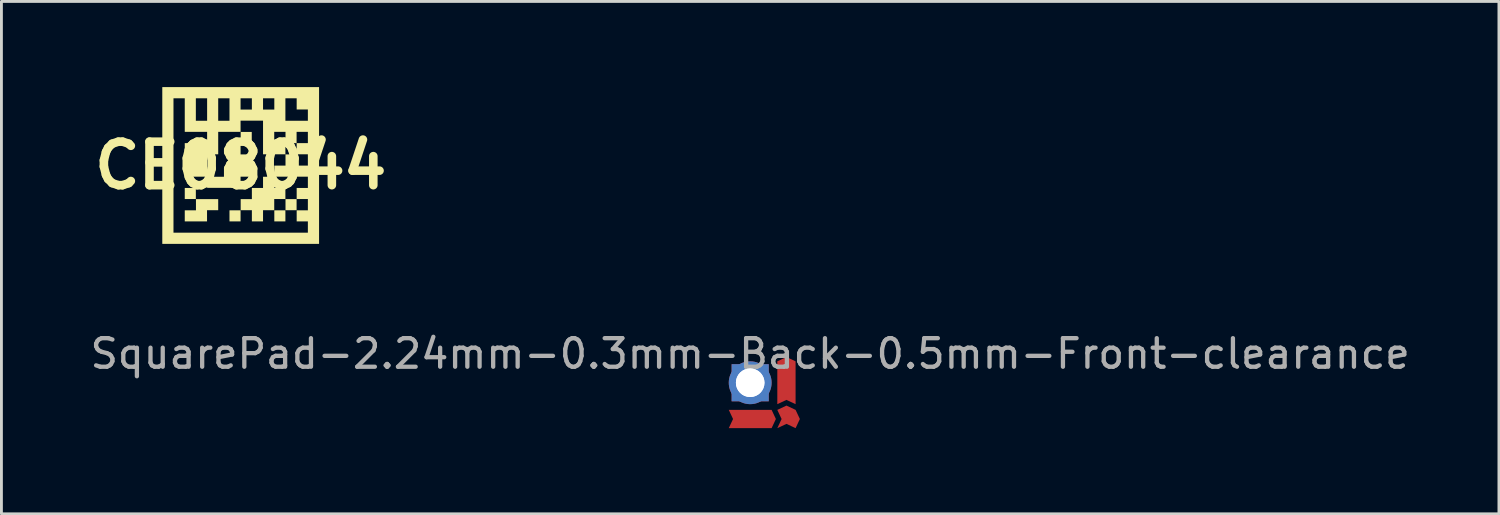
<source format=kicad_pcb>
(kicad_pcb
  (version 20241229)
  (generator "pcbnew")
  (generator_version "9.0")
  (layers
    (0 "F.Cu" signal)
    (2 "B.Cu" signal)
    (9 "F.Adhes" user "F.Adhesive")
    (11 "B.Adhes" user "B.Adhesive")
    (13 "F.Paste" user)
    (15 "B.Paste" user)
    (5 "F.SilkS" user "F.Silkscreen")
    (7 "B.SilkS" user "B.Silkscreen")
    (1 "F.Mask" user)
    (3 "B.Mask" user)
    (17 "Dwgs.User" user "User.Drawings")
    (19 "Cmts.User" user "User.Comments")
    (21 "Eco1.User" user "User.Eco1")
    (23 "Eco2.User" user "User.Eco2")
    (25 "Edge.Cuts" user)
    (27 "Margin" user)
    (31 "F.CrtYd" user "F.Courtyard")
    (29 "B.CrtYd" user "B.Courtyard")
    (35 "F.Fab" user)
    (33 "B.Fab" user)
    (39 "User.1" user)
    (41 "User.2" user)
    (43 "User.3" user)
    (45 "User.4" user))
  (footprint "SquarePad-2.24mm-0.3mm-Back-0.5mm-Front-clearance"
    (layer "F.Cu")
    (at 23.22 10.353)
    (property "Reference" "SquarePad-2.24mm-0.3mm-Back-0.5mm-Front-clearance" (at 0 -1.016 0) (layer "F.Fab") (effects (font (size 1 1) (thickness 0.15))))
    (attr through_hole)
    (pad "1" thru_hole rect (at 0 0) (size 1.3 1.3) (drill 1) (layers "B.Cu" "B.Mask"))
    (pad "2" thru_hole circle (at 0 0) (size 1.5 1.5) (drill 1) (layers "F.Cu" "F.Mask"))
    (pad "3" smd custom (at 1.27 0) (size 0.5 0.5) (layers "F.Cu" "F.Mask" "F.Paste") (options (anchor rect)) (primitives (gr_poly (pts (xy 0 -0.9) (xy 0.32 -0.75) (xy 0.32 0.75) (xy 0 0.6) (xy -0.32 0.75) (xy -0.32 -0.75)) (width 0) (fill yes))))
    (pad "4" smd custom (at 0 1.27 270) (size 0.5 0.5) (layers "F.Cu" "F.Mask" "F.Paste") (options (anchor rect)) (primitives (gr_poly (pts (xy 0 -0.9) (xy 0.32 -0.75) (xy 0.32 0.75) (xy 0 0.6) (xy -0.32 0.75) (xy -0.32 -0.75)) (width 0) (fill yes))))
    (pad "5" smd custom (at 1.27 1.27) (size 0.1 0.1) (layers "F.Cu" "F.Mask" "F.Paste") (options (anchor rect)) (primitives (gr_poly (pts (xy 0 -0.47) (xy 0.32 -0.32) (xy 0.47 0) (xy 0.32 0.32) (xy 0 0.17) (xy -0.32 0.32) (xy -0.17 0) (xy -0.32 -0.32)) (width 0) (fill yes)))))
  (footprint "CE08044"
    (layer "F.Cu")
    (at 5.378 2.745)
    (property "Reference" "CE08044" (at 0 0 0) (layer "F.SilkS") (effects (font (size 1.524 1.524) (thickness 0.3))))
    (attr through_hole)
    (fp_poly (pts (xy -1.57 1.175) (xy -1.958 1.175) (xy -1.958 0.787) (xy -1.57 0.787) (xy -1.57 1.175)) (stroke (width 0) (type solid)) (fill yes) (layer "F.SilkS"))
    (fp_poly (pts (xy -0.004 1.958) (xy -0.392 1.958) (xy -0.392 1.57) (xy -0.004 1.57) (xy -0.004 1.958)) (stroke (width 0) (type solid)) (fill yes) (layer "F.SilkS"))
    (fp_poly (pts (xy 0.388 -0.783) (xy 0 -0.783) (xy 0 -1.175) (xy 0.388 -1.175) (xy 0.388 -0.783)) (stroke (width 0) (type solid)) (fill yes) (layer "F.SilkS"))
    (fp_poly (pts (xy 1.566 1.958) (xy 1.178 1.958) (xy 1.178 1.57) (xy 1.566 1.57) (xy 1.566 1.958)) (stroke (width 0) (type solid)) (fill yes) (layer "F.SilkS"))
    (fp_poly (pts (xy 1.958 1.566) (xy 1.57 1.566) (xy 1.57 1.178) (xy 1.958 1.178) (xy 1.958 1.566)) (stroke (width 0) (type solid)) (fill yes) (layer "F.SilkS"))
    (fp_poly (pts (xy -0.787 1.566) (xy -1.178 1.566) (xy -1.178 1.958) (xy -1.958 1.958) (xy -1.958 1.57) (xy -1.566 1.57) (xy -1.566 1.178) (xy -0.787 1.178) (xy -0.787 1.566)) (stroke (width 0) (type solid)) (fill yes) (layer "F.SilkS"))
    (fp_poly (pts (xy -0.004 -0.388) (xy 0.388 -0.388) (xy 0.388 0.392) (xy -0.004 0.392) (xy -0.004 0.783) (xy -1.175 0.783) (xy -1.175 0.395) (xy -0.392 0.395) (xy -0.392 -0.783) (xy -0.004 -0.783) (xy -0.004 -0.388)) (stroke (width 0) (type solid)) (fill yes) (layer "F.SilkS"))
    (fp_poly (pts (xy 1.175 0.787) (xy 1.566 0.787) (xy 1.566 1.175) (xy 1.175 1.175) (xy 1.175 1.566) (xy 0.783 1.566) (xy 0.783 1.958) (xy 0.392 1.958) (xy 0.392 1.566) (xy 0 1.566) (xy 0 1.178) (xy 0.392 1.178) (xy 0.392 0.787) (xy 0.783 0.787) (xy 0.783 0.395) (xy 1.175 0.395) (xy 1.175 0.787)) (stroke (width 0) (type solid)) (fill yes) (layer "F.SilkS"))
    (fp_poly (pts (xy 2.745 2.745) (xy -2.745 2.745) (xy -2.745 -2.353) (xy -2.353 -2.353) (xy -2.353 2.353) (xy 2.353 2.353) (xy 2.353 1.958) (xy 1.961 1.958) (xy 1.961 1.57) (xy 2.353 1.57) (xy 2.353 1.175) (xy 1.961 1.175) (xy 1.961 0.787) (xy 2.353 0.787) (xy 2.353 0.392) (xy 1.178 0.392) (xy 1.178 0.004) (xy 1.57 0.004) (xy 1.57 -0.388) (xy 1.958 -0.388) (xy 1.958 0.004) (xy 2.353 0.004) (xy 2.353 -0.392) (xy 1.961 -0.392) (xy 1.961 -0.783) (xy 2.353 -0.783) (xy 2.353 -1.178) (xy 1.958 -1.178) (xy 1.958 -0.783) (xy 1.57 -0.783) (xy 1.57 -1.178) (xy 1.175 -1.178) (xy 1.175 -0.783) (xy 1.566 -0.783) (xy 1.566 -0.392) (xy 0.783 -0.392) (xy 0.783 -1.57) (xy -0.004 -1.57) (xy -0.004 -1.178) (xy -0.787 -1.178) (xy -0.787 -0.392) (xy -1.178 -0.392) (xy -1.178 0.392) (xy -1.958 0.392) (xy -1.958 -0.783) (xy -1.175 -0.783) (xy -1.175 -1.178) (xy -1.958 -1.178) (xy -1.958 -2.353) (xy -1.57 -2.353) (xy -1.57 -1.566) (xy -1.175 -1.566) (xy -1.175 -2.353) (xy -0.787 -2.353) (xy -0.787 -1.566) (xy -0.392 -1.566) (xy -0.392 -2.353) (xy -0.004 -2.353) (xy -0.004 -1.958) (xy 0.392 -1.958) (xy 0.392 -2.353) (xy 0.783 -2.353) (xy 0.783 -1.958) (xy 1.178 -1.958) (xy 1.178 -2.353) (xy 1.566 -2.353) (xy 1.566 -1.566) (xy 2.353 -1.566) (xy 2.353 -1.961) (xy 1.961 -1.961) (xy 1.961 -2.353) (xy 1.566 -2.353) (xy 1.178 -2.353) (xy 0.783 -2.353) (xy 0.392 -2.353) (xy -0.004 -2.353) (xy -0.392 -2.353) (xy -0.787 -2.353) (xy -1.175 -2.353) (xy -1.57 -2.353) (xy -1.958 -2.353) (xy -2.353 -2.353) (xy -2.745 -2.353) (xy -2.745 -2.745) (xy 2.745 -2.745) (xy 2.745 2.745)) (stroke (width 0) (type solid)) (fill yes) (layer "F.SilkS")))
  (gr_rect
    (start -3 -3)
    (end 49.44 14.943)
    (stroke (width 0.1) (type default))
    (fill no)
    (layer "Edge.Cuts")))
</source>
